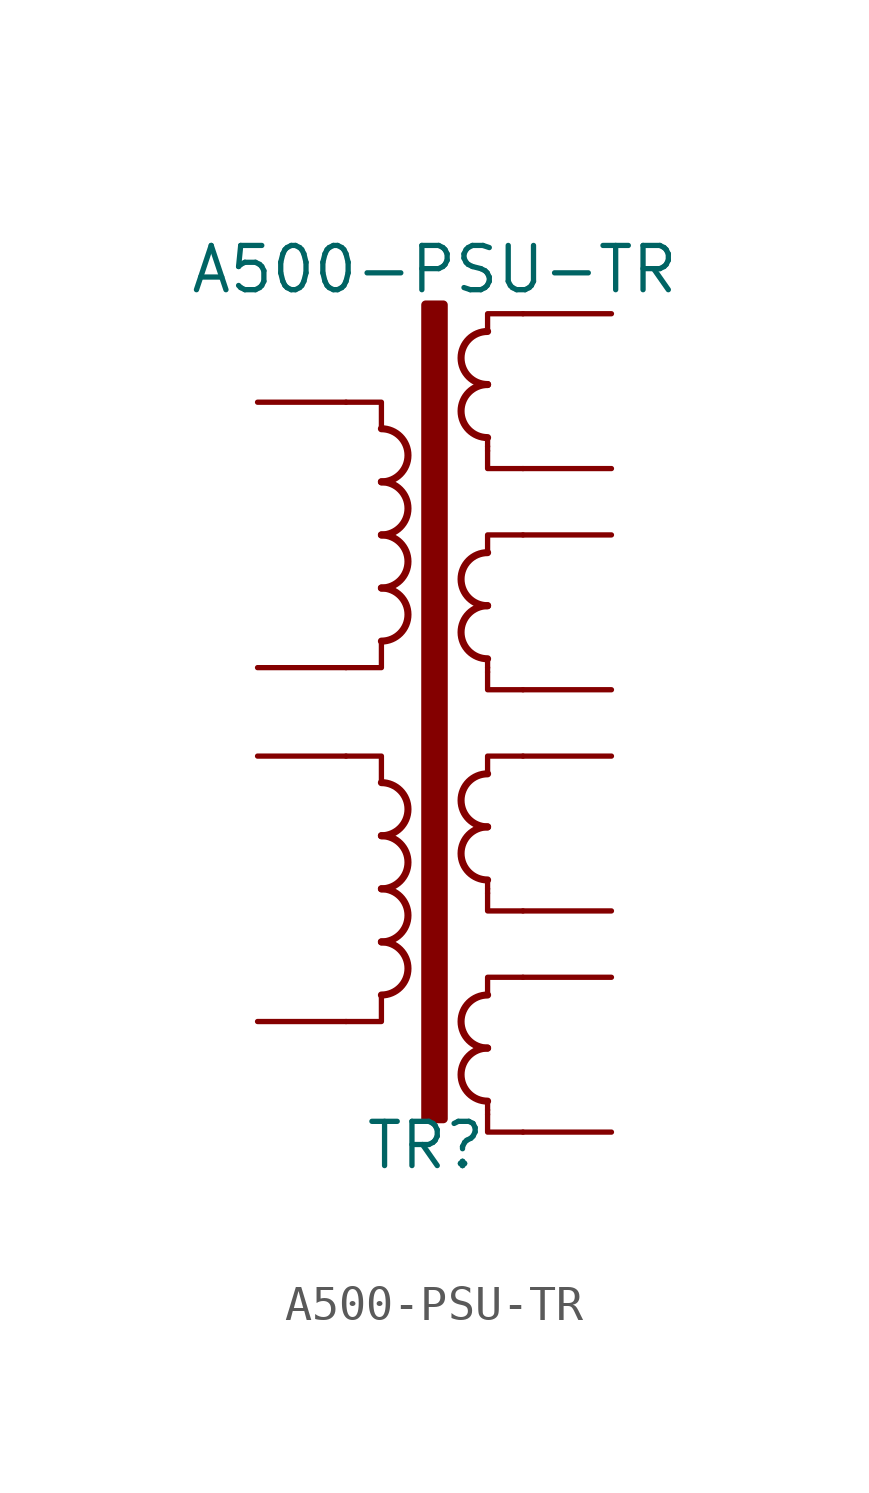
<source format=kicad_sym>
(kicad_symbol_lib
  (version 20211014)
  (generator kicad_symbol_editor)
  (symbol "A500-PSU-TR"
    (pin_numbers hide)
    (pin_names
      (offset 0))
    (property "Reference" "TR"
      (at -1.524 -11.176 0)
      (effects (font (size 1.27 1.27))))
    (property "Value" "A500-PSU-TR"
      (at -1.27 13.97 0)
      (effects (font (size 1.27 1.27))))
    (symbol "A500-PSU-TR_0_1"
      (arc (start -2.794 -6.858) (mid -2.032 -6.096) (end -2.794 -5.334) (stroke (width 0.2032) (type default) (color 0 0 0 0)) (fill (type none)))
      (arc (start -2.794 -5.334) (mid -2.032 -4.572) (end -2.794 -3.81) (stroke (width 0.2032) (type default) (color 0 0 0 0)) (fill (type none)))
      (arc (start -2.794 -3.81) (mid -2.032 -3.048) (end -2.794 -2.286) (stroke (width 0.2032) (type default) (color 0 0 0 0)) (fill (type none)))
      (arc (start -2.794 -2.286) (mid -2.032 -1.524) (end -2.794 -0.762) (stroke (width 0.2032) (type default) (color 0 0 0 0)) (fill (type none)))
      (arc (start -2.794 3.302) (mid -2.032 4.064) (end -2.794 4.826) (stroke (width 0.2032) (type default) (color 0 0 0 0)) (fill (type none)))
      (arc (start -2.794 4.826) (mid -2.032 5.588) (end -2.794 6.35) (stroke (width 0.2032) (type default) (color 0 0 0 0)) (fill (type none)))
      (arc (start -2.794 6.35) (mid -2.032 7.112) (end -2.794 7.874) (stroke (width 0.2032) (type default) (color 0 0 0 0)) (fill (type none)))
      (arc (start -2.794 7.874) (mid -2.032 8.636) (end -2.794 9.398) (stroke (width 0.2032) (type default) (color 0 0 0 0)) (fill (type none)))
      (rectangle (start -1.016 -10.414) (end -1.524 12.954) (stroke (width 0.254) (type default) (color 0 0 0 0)) (fill (type outline)))
      (polyline (pts (xy 0.254 8.89) (xy 0.254 8.763)) (stroke (width 0) (type default) (color 0 0 0 0)) (fill (type none)))
      (polyline (pts (xy 0.254 8.763) (xy 0.254 8.255) (xy 1.27 8.255)) (stroke (width 0) (type default) (color 0 0 0 0)) (fill (type none)))
      (polyline (pts (xy 0.254 9.144) (xy 0.254 8.89) (xy 0.254 9.144)) (stroke (width 0) (type default) (color 0 0 0 0)) (fill (type none)))
      (polyline (pts (xy -2.794 -6.858) (xy -2.794 -7.62) (xy -3.81 -7.62) (xy -3.81 -7.62)) (stroke (width 0) (type default) (color 0 0 0 0)) (fill (type none)))
      (polyline (pts (xy -2.794 3.302) (xy -2.794 2.54) (xy -3.81 2.54) (xy -3.81 2.54)) (stroke (width 0) (type default) (color 0 0 0 0)) (fill (type none)))
      (polyline (pts (xy 0.254 12.192) (xy 0.254 12.7) (xy 1.27 12.7) (xy 1.27 12.7)) (stroke (width 0) (type default) (color 0 0 0 0)) (fill (type none)))
      (polyline (pts (xy -2.794 -0.762) (xy -2.794 0) (xy -3.81 0) (xy -3.81 0) (xy -3.81 0) (xy -3.81 0)) (stroke (width 0) (type default) (color 0 0 0 0)) (fill (type none)))
      (polyline (pts (xy -2.794 9.398) (xy -2.794 10.16) (xy -3.81 10.16) (xy -3.81 10.16) (xy -3.81 10.16) (xy -3.81 10.16)) (stroke (width 0) (type default) (color 0 0 0 0)) (fill (type none)))
      (arc (start 0.254 10.668) (mid -0.508 9.906) (end 0.254 9.144) (stroke (width 0.2032) (type default) (color 0 0 0 0)) (fill (type none)))
      (arc (start 0.254 12.192) (mid -0.508 11.43) (end 0.254 10.668) (stroke (width 0.2032) (type default) (color 0 0 0 0)) (fill (type none))))
    (symbol "A500-PSU-TR_1_1"
      (polyline (pts (xy 0.254 -10.16) (xy 0.254 -10.287)) (stroke (width 0) (type default) (color 0 0 0 0)) (fill (type none)))
      (polyline (pts (xy 0.254 -3.81) (xy 0.254 -3.937)) (stroke (width 0) (type default) (color 0 0 0 0)) (fill (type none)))
      (polyline (pts (xy 0.254 2.54) (xy 0.254 2.413)) (stroke (width 0) (type default) (color 0 0 0 0)) (fill (type none)))
      (polyline (pts (xy 0.254 -10.287) (xy 0.254 -10.795) (xy 1.27 -10.795)) (stroke (width 0) (type default) (color 0 0 0 0)) (fill (type none)))
      (polyline (pts (xy 0.254 -9.906) (xy 0.254 -10.16) (xy 0.254 -9.906)) (stroke (width 0) (type default) (color 0 0 0 0)) (fill (type none)))
      (polyline (pts (xy 0.254 -3.937) (xy 0.254 -4.445) (xy 1.27 -4.445)) (stroke (width 0) (type default) (color 0 0 0 0)) (fill (type none)))
      (polyline (pts (xy 0.254 -3.556) (xy 0.254 -3.81) (xy 0.254 -3.556)) (stroke (width 0) (type default) (color 0 0 0 0)) (fill (type none)))
      (polyline (pts (xy 0.254 2.413) (xy 0.254 1.905) (xy 1.27 1.905)) (stroke (width 0) (type default) (color 0 0 0 0)) (fill (type none)))
      (polyline (pts (xy 0.254 2.794) (xy 0.254 2.54) (xy 0.254 2.794)) (stroke (width 0) (type default) (color 0 0 0 0)) (fill (type none)))
      (polyline (pts (xy 0.254 -6.858) (xy 0.254 -6.35) (xy 1.27 -6.35) (xy 1.27 -6.35)) (stroke (width 0) (type default) (color 0 0 0 0)) (fill (type none)))
      (polyline (pts (xy 0.254 -0.508) (xy 0.254 0) (xy 1.27 0) (xy 1.27 0)) (stroke (width 0) (type default) (color 0 0 0 0)) (fill (type none)))
      (polyline (pts (xy 0.254 5.842) (xy 0.254 6.35) (xy 1.27 6.35) (xy 1.27 6.35)) (stroke (width 0) (type default) (color 0 0 0 0)) (fill (type none)))
      (arc (start 0.254 -8.382) (mid -0.508 -9.144) (end 0.254 -9.906) (stroke (width 0.2032) (type default) (color 0 0 0 0)) (fill (type none)))
      (arc (start 0.254 -6.858) (mid -0.508 -7.62) (end 0.254 -8.382) (stroke (width 0.2032) (type default) (color 0 0 0 0)) (fill (type none)))
      (arc (start 0.254 -2.032) (mid -0.508 -2.794) (end 0.254 -3.556) (stroke (width 0.2032) (type default) (color 0 0 0 0)) (fill (type none)))
      (arc (start 0.254 -0.508) (mid -0.508 -1.27) (end 0.254 -2.032) (stroke (width 0.2032) (type default) (color 0 0 0 0)) (fill (type none)))
      (arc (start 0.254 4.318) (mid -0.508 3.556) (end 0.254 2.794) (stroke (width 0.2032) (type default) (color 0 0 0 0)) (fill (type none)))
      (arc (start 0.254 5.842) (mid -0.508 5.08) (end 0.254 4.318) (stroke (width 0.2032) (type default) (color 0 0 0 0)) (fill (type none)))
      (pin passive line (at -6.35 -7.62 0) (length 2.54) (name "~" (effects (font (size 1.27 1.27)))) (number "1" (effects (font (size 1.27 1.27)))))
      (pin passive line (at -6.35 0 0) (length 2.54) (name "~" (effects (font (size 1.27 1.27)))) (number "2" (effects (font (size 1.27 1.27)))))
      (pin passive line (at -6.35 2.54 0) (length 2.54) (name "~" (effects (font (size 1.27 1.27)))) (number "3" (effects (font (size 1.27 1.27)))))
      (pin passive line (at -6.35 10.16 0) (length 2.54) (name "~" (effects (font (size 1.27 1.27)))) (number "4" (effects (font (size 1.27 1.27)))))
      (pin passive line (at 3.81 -6.35 180) (length 2.54) (name "~" (effects (font (size 1.27 1.27)))) (number "5" (effects (font (size 1.27 1.27)))))
      (pin passive line (at 3.81 0 180) (length 2.54) (name "~" (effects (font (size 1.27 1.27)))) (number "5" (effects (font (size 1.27 1.27)))))
      (pin passive line (at 3.81 6.35 180) (length 2.54) (name "~" (effects (font (size 1.27 1.27)))) (number "5" (effects (font (size 1.27 1.27)))))
      (pin passive line (at 3.81 12.7 180) (length 2.54) (name "~" (effects (font (size 1.27 1.27)))) (number "5" (effects (font (size 1.27 1.27)))))
      (pin passive line (at 3.81 -10.795 180) (length 2.54) (name "~" (effects (font (size 1.27 1.27)))) (number "~" (effects (font (size 1.27 1.27)))))
      (pin passive line (at 3.81 -4.445 180) (length 2.54) (name "~" (effects (font (size 1.27 1.27)))) (number "~" (effects (font (size 1.27 1.27)))))
      (pin passive line (at 3.81 1.905 180) (length 2.54) (name "~" (effects (font (size 1.27 1.27)))) (number "~" (effects (font (size 1.27 1.27)))))
      (pin passive line (at 3.81 8.255 180) (length 2.54) (name "~" (effects (font (size 1.27 1.27)))) (number "~" (effects (font (size 1.27 1.27))))))))
</source>
